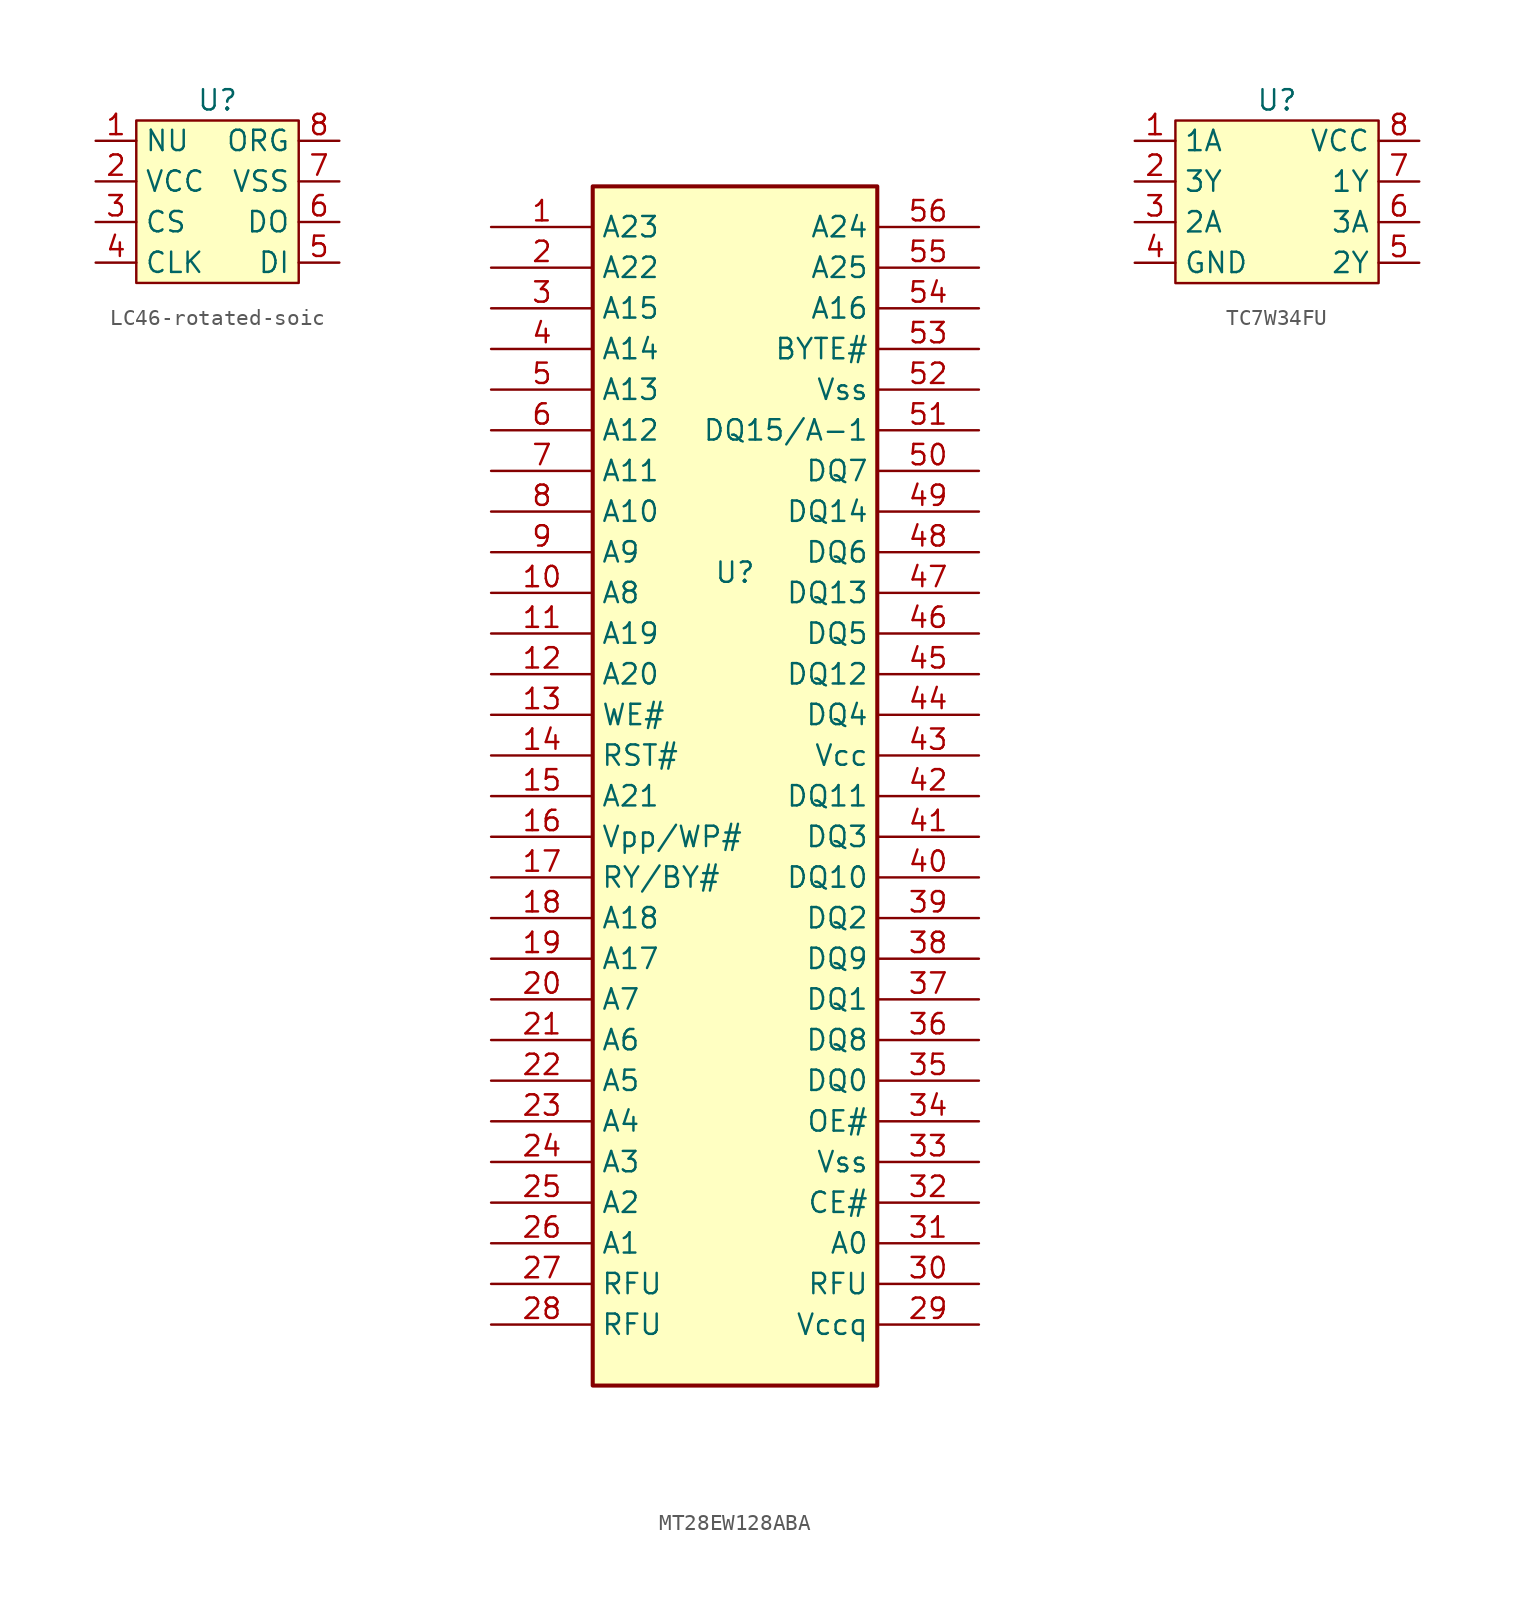
<source format=kicad_sym>
(kicad_symbol_lib
  (version 20220914)
  (generator kicad_symbol_editor)
  (symbol "LC46-rotated-soic"
    (property "Reference" "U"
      (at 0 5.08 0)
      (effects (font (size 1.27 1.27))))
    (property "Value" ""
      (at 3.81 0 0)
      (effects (font (size 1.27 1.27))))
    (symbol "LC46-rotated-soic_1_1"
      (rectangle (start -5.08 3.81) (end 5.08 -6.35) (stroke (width 0) (type default)) (fill (type background)))
      (pin input line (at -7.62 2.54 0) (length 2.54) (name "NU" (effects (font (size 1.27 1.27)))) (number "1" (effects (font (size 1.27 1.27)))))
      (pin power_in line (at -7.62 0 0) (length 2.54) (name "VCC" (effects (font (size 1.27 1.27)))) (number "2" (effects (font (size 1.27 1.27)))))
      (pin input line (at -7.62 -2.54 0) (length 2.54) (name "CS" (effects (font (size 1.27 1.27)))) (number "3" (effects (font (size 1.27 1.27)))))
      (pin input line (at -7.62 -5.08 0) (length 2.54) (name "CLK" (effects (font (size 1.27 1.27)))) (number "4" (effects (font (size 1.27 1.27)))))
      (pin input line (at 7.62 -5.08 180) (length 2.54) (name "DI" (effects (font (size 1.27 1.27)))) (number "5" (effects (font (size 1.27 1.27)))))
      (pin output line (at 7.62 -2.54 180) (length 2.54) (name "DO" (effects (font (size 1.27 1.27)))) (number "6" (effects (font (size 1.27 1.27)))))
      (pin power_in line (at 7.62 0 180) (length 2.54) (name "VSS" (effects (font (size 1.27 1.27)))) (number "7" (effects (font (size 1.27 1.27)))))
      (pin input line (at 7.62 2.54 180) (length 2.54) (name "ORG" (effects (font (size 1.27 1.27)))) (number "8" (effects (font (size 1.27 1.27)))))))
  (symbol "MT28EW128ABA"
    (property "Reference" "U"
      (at 0 0 0)
      (effects (font (size 1.27 1.27))))
    (property "Value" ""
      (at 0 0 0)
      (effects (font (size 1.27 1.27))))
    (symbol "MT28EW128ABA_0_1"
      (rectangle (start -8.89 24.13) (end 8.89 -50.8) (stroke (width 0.254) (type default)) (fill (type background))))
    (symbol "MT28EW128ABA_1_1"
      (pin input line (at -15.24 21.59 0) (length 6.35) (name "A23" (effects (font (size 1.27 1.27)))) (number "1" (effects (font (size 1.27 1.27)))))
      (pin input line (at -15.24 -1.27 0) (length 6.35) (name "A8" (effects (font (size 1.27 1.27)))) (number "10" (effects (font (size 1.27 1.27)))))
      (pin input line (at -15.24 -3.81 0) (length 6.35) (name "A19" (effects (font (size 1.27 1.27)))) (number "11" (effects (font (size 1.27 1.27)))))
      (pin input line (at -15.24 -6.35 0) (length 6.35) (name "A20" (effects (font (size 1.27 1.27)))) (number "12" (effects (font (size 1.27 1.27)))))
      (pin input line (at -15.24 -8.89 0) (length 6.35) (name "WE#" (effects (font (size 1.27 1.27)))) (number "13" (effects (font (size 1.27 1.27)))))
      (pin input line (at -15.24 -11.43 0) (length 6.35) (name "RST#" (effects (font (size 1.27 1.27)))) (number "14" (effects (font (size 1.27 1.27)))))
      (pin input line (at -15.24 -13.97 0) (length 6.35) (name "A21" (effects (font (size 1.27 1.27)))) (number "15" (effects (font (size 1.27 1.27)))))
      (pin input line (at -15.24 -16.51 0) (length 6.35) (name "Vpp/WP#" (effects (font (size 1.27 1.27)))) (number "16" (effects (font (size 1.27 1.27)))))
      (pin input line (at -15.24 -19.05 0) (length 6.35) (name "RY/BY#" (effects (font (size 1.27 1.27)))) (number "17" (effects (font (size 1.27 1.27)))))
      (pin input line (at -15.24 -21.59 0) (length 6.35) (name "A18" (effects (font (size 1.27 1.27)))) (number "18" (effects (font (size 1.27 1.27)))))
      (pin input line (at -15.24 -24.13 0) (length 6.35) (name "A17" (effects (font (size 1.27 1.27)))) (number "19" (effects (font (size 1.27 1.27)))))
      (pin input line (at -15.24 19.05 0) (length 6.35) (name "A22" (effects (font (size 1.27 1.27)))) (number "2" (effects (font (size 1.27 1.27)))))
      (pin input line (at -15.24 -26.67 0) (length 6.35) (name "A7" (effects (font (size 1.27 1.27)))) (number "20" (effects (font (size 1.27 1.27)))))
      (pin input line (at -15.24 -29.21 0) (length 6.35) (name "A6" (effects (font (size 1.27 1.27)))) (number "21" (effects (font (size 1.27 1.27)))))
      (pin input line (at -15.24 -31.75 0) (length 6.35) (name "A5" (effects (font (size 1.27 1.27)))) (number "22" (effects (font (size 1.27 1.27)))))
      (pin input line (at -15.24 -34.29 0) (length 6.35) (name "A4" (effects (font (size 1.27 1.27)))) (number "23" (effects (font (size 1.27 1.27)))))
      (pin input line (at -15.24 -36.83 0) (length 6.35) (name "A3" (effects (font (size 1.27 1.27)))) (number "24" (effects (font (size 1.27 1.27)))))
      (pin input line (at -15.24 -39.37 0) (length 6.35) (name "A2" (effects (font (size 1.27 1.27)))) (number "25" (effects (font (size 1.27 1.27)))))
      (pin input line (at -15.24 -41.91 0) (length 6.35) (name "A1" (effects (font (size 1.27 1.27)))) (number "26" (effects (font (size 1.27 1.27)))))
      (pin input line (at -15.24 -44.45 0) (length 6.35) (name "RFU" (effects (font (size 1.27 1.27)))) (number "27" (effects (font (size 1.27 1.27)))))
      (pin input line (at -15.24 -46.99 0) (length 6.35) (name "RFU" (effects (font (size 1.27 1.27)))) (number "28" (effects (font (size 1.27 1.27)))))
      (pin power_in line (at 15.24 -46.99 180) (length 6.35) (name "Vccq" (effects (font (size 1.27 1.27)))) (number "29" (effects (font (size 1.27 1.27)))))
      (pin input line (at -15.24 16.51 0) (length 6.35) (name "A15" (effects (font (size 1.27 1.27)))) (number "3" (effects (font (size 1.27 1.27)))))
      (pin input line (at 15.24 -44.45 180) (length 6.35) (name "RFU" (effects (font (size 1.27 1.27)))) (number "30" (effects (font (size 1.27 1.27)))))
      (pin input line (at 15.24 -41.91 180) (length 6.35) (name "A0" (effects (font (size 1.27 1.27)))) (number "31" (effects (font (size 1.27 1.27)))))
      (pin input line (at 15.24 -39.37 180) (length 6.35) (name "CE#" (effects (font (size 1.27 1.27)))) (number "32" (effects (font (size 1.27 1.27)))))
      (pin power_in line (at 15.24 -36.83 180) (length 6.35) (name "Vss" (effects (font (size 1.27 1.27)))) (number "33" (effects (font (size 1.27 1.27)))))
      (pin input line (at 15.24 -34.29 180) (length 6.35) (name "OE#" (effects (font (size 1.27 1.27)))) (number "34" (effects (font (size 1.27 1.27)))))
      (pin bidirectional line (at 15.24 -31.75 180) (length 6.35) (name "DQ0" (effects (font (size 1.27 1.27)))) (number "35" (effects (font (size 1.27 1.27)))))
      (pin bidirectional line (at 15.24 -29.21 180) (length 6.35) (name "DQ8" (effects (font (size 1.27 1.27)))) (number "36" (effects (font (size 1.27 1.27)))))
      (pin bidirectional line (at 15.24 -26.67 180) (length 6.35) (name "DQ1" (effects (font (size 1.27 1.27)))) (number "37" (effects (font (size 1.27 1.27)))))
      (pin bidirectional line (at 15.24 -24.13 180) (length 6.35) (name "DQ9" (effects (font (size 1.27 1.27)))) (number "38" (effects (font (size 1.27 1.27)))))
      (pin bidirectional line (at 15.24 -21.59 180) (length 6.35) (name "DQ2" (effects (font (size 1.27 1.27)))) (number "39" (effects (font (size 1.27 1.27)))))
      (pin input line (at -15.24 13.97 0) (length 6.35) (name "A14" (effects (font (size 1.27 1.27)))) (number "4" (effects (font (size 1.27 1.27)))))
      (pin bidirectional line (at 15.24 -19.05 180) (length 6.35) (name "DQ10" (effects (font (size 1.27 1.27)))) (number "40" (effects (font (size 1.27 1.27)))))
      (pin bidirectional line (at 15.24 -16.51 180) (length 6.35) (name "DQ3" (effects (font (size 1.27 1.27)))) (number "41" (effects (font (size 1.27 1.27)))))
      (pin bidirectional line (at 15.24 -13.97 180) (length 6.35) (name "DQ11" (effects (font (size 1.27 1.27)))) (number "42" (effects (font (size 1.27 1.27)))))
      (pin power_in line (at 15.24 -11.43 180) (length 6.35) (name "Vcc" (effects (font (size 1.27 1.27)))) (number "43" (effects (font (size 1.27 1.27)))))
      (pin bidirectional line (at 15.24 -8.89 180) (length 6.35) (name "DQ4" (effects (font (size 1.27 1.27)))) (number "44" (effects (font (size 1.27 1.27)))))
      (pin bidirectional line (at 15.24 -6.35 180) (length 6.35) (name "DQ12" (effects (font (size 1.27 1.27)))) (number "45" (effects (font (size 1.27 1.27)))))
      (pin bidirectional line (at 15.24 -3.81 180) (length 6.35) (name "DQ5" (effects (font (size 1.27 1.27)))) (number "46" (effects (font (size 1.27 1.27)))))
      (pin bidirectional line (at 15.24 -1.27 180) (length 6.35) (name "DQ13" (effects (font (size 1.27 1.27)))) (number "47" (effects (font (size 1.27 1.27)))))
      (pin bidirectional line (at 15.24 1.27 180) (length 6.35) (name "DQ6" (effects (font (size 1.27 1.27)))) (number "48" (effects (font (size 1.27 1.27)))))
      (pin bidirectional line (at 15.24 3.81 180) (length 6.35) (name "DQ14" (effects (font (size 1.27 1.27)))) (number "49" (effects (font (size 1.27 1.27)))))
      (pin input line (at -15.24 11.43 0) (length 6.35) (name "A13" (effects (font (size 1.27 1.27)))) (number "5" (effects (font (size 1.27 1.27)))))
      (pin bidirectional line (at 15.24 6.35 180) (length 6.35) (name "DQ7" (effects (font (size 1.27 1.27)))) (number "50" (effects (font (size 1.27 1.27)))))
      (pin bidirectional line (at 15.24 8.89 180) (length 6.35) (name "DQ15/A-1" (effects (font (size 1.27 1.27)))) (number "51" (effects (font (size 1.27 1.27)))))
      (pin power_in line (at 15.24 11.43 180) (length 6.35) (name "Vss" (effects (font (size 1.27 1.27)))) (number "52" (effects (font (size 1.27 1.27)))))
      (pin input line (at 15.24 13.97 180) (length 6.35) (name "BYTE#" (effects (font (size 1.27 1.27)))) (number "53" (effects (font (size 1.27 1.27)))))
      (pin input line (at 15.24 16.51 180) (length 6.35) (name "A16" (effects (font (size 1.27 1.27)))) (number "54" (effects (font (size 1.27 1.27)))))
      (pin input line (at 15.24 19.05 180) (length 6.35) (name "A25" (effects (font (size 1.27 1.27)))) (number "55" (effects (font (size 1.27 1.27)))))
      (pin input line (at 15.24 21.59 180) (length 6.35) (name "A24" (effects (font (size 1.27 1.27)))) (number "56" (effects (font (size 1.27 1.27)))))
      (pin input line (at -15.24 8.89 0) (length 6.35) (name "A12" (effects (font (size 1.27 1.27)))) (number "6" (effects (font (size 1.27 1.27)))))
      (pin input line (at -15.24 6.35 0) (length 6.35) (name "A11" (effects (font (size 1.27 1.27)))) (number "7" (effects (font (size 1.27 1.27)))))
      (pin input line (at -15.24 3.81 0) (length 6.35) (name "A10" (effects (font (size 1.27 1.27)))) (number "8" (effects (font (size 1.27 1.27)))))
      (pin input line (at -15.24 1.27 0) (length 6.35) (name "A9" (effects (font (size 1.27 1.27)))) (number "9" (effects (font (size 1.27 1.27)))))))
  (symbol "TC7W34FU"
    (property "Reference" "U"
      (at 0 5.08 0)
      (effects (font (size 1.27 1.27))))
    (property "Value" ""
      (at 0 0 0)
      (effects (font (size 1.27 1.27))))
    (symbol "TC7W34FU_1_1"
      (rectangle (start -6.35 3.81) (end 6.35 -6.35) (stroke (width 0) (type default)) (fill (type background)))
      (pin input line (at -8.89 2.54 0) (length 2.54) (name "1A" (effects (font (size 1.27 1.27)))) (number "1" (effects (font (size 1.27 1.27)))))
      (pin output line (at -8.89 0 0) (length 2.54) (name "3Y" (effects (font (size 1.27 1.27)))) (number "2" (effects (font (size 1.27 1.27)))))
      (pin input line (at -8.89 -2.54 0) (length 2.54) (name "2A" (effects (font (size 1.27 1.27)))) (number "3" (effects (font (size 1.27 1.27)))))
      (pin power_in line (at -8.89 -5.08 0) (length 2.54) (name "GND" (effects (font (size 1.27 1.27)))) (number "4" (effects (font (size 1.27 1.27)))))
      (pin output line (at 8.89 -5.08 180) (length 2.54) (name "2Y" (effects (font (size 1.27 1.27)))) (number "5" (effects (font (size 1.27 1.27)))))
      (pin input line (at 8.89 -2.54 180) (length 2.54) (name "3A" (effects (font (size 1.27 1.27)))) (number "6" (effects (font (size 1.27 1.27)))))
      (pin output line (at 8.89 0 180) (length 2.54) (name "1Y" (effects (font (size 1.27 1.27)))) (number "7" (effects (font (size 1.27 1.27)))))
      (pin power_in line (at 8.89 2.54 180) (length 2.54) (name "VCC" (effects (font (size 1.27 1.27)))) (number "8" (effects (font (size 1.27 1.27))))))))
</source>
